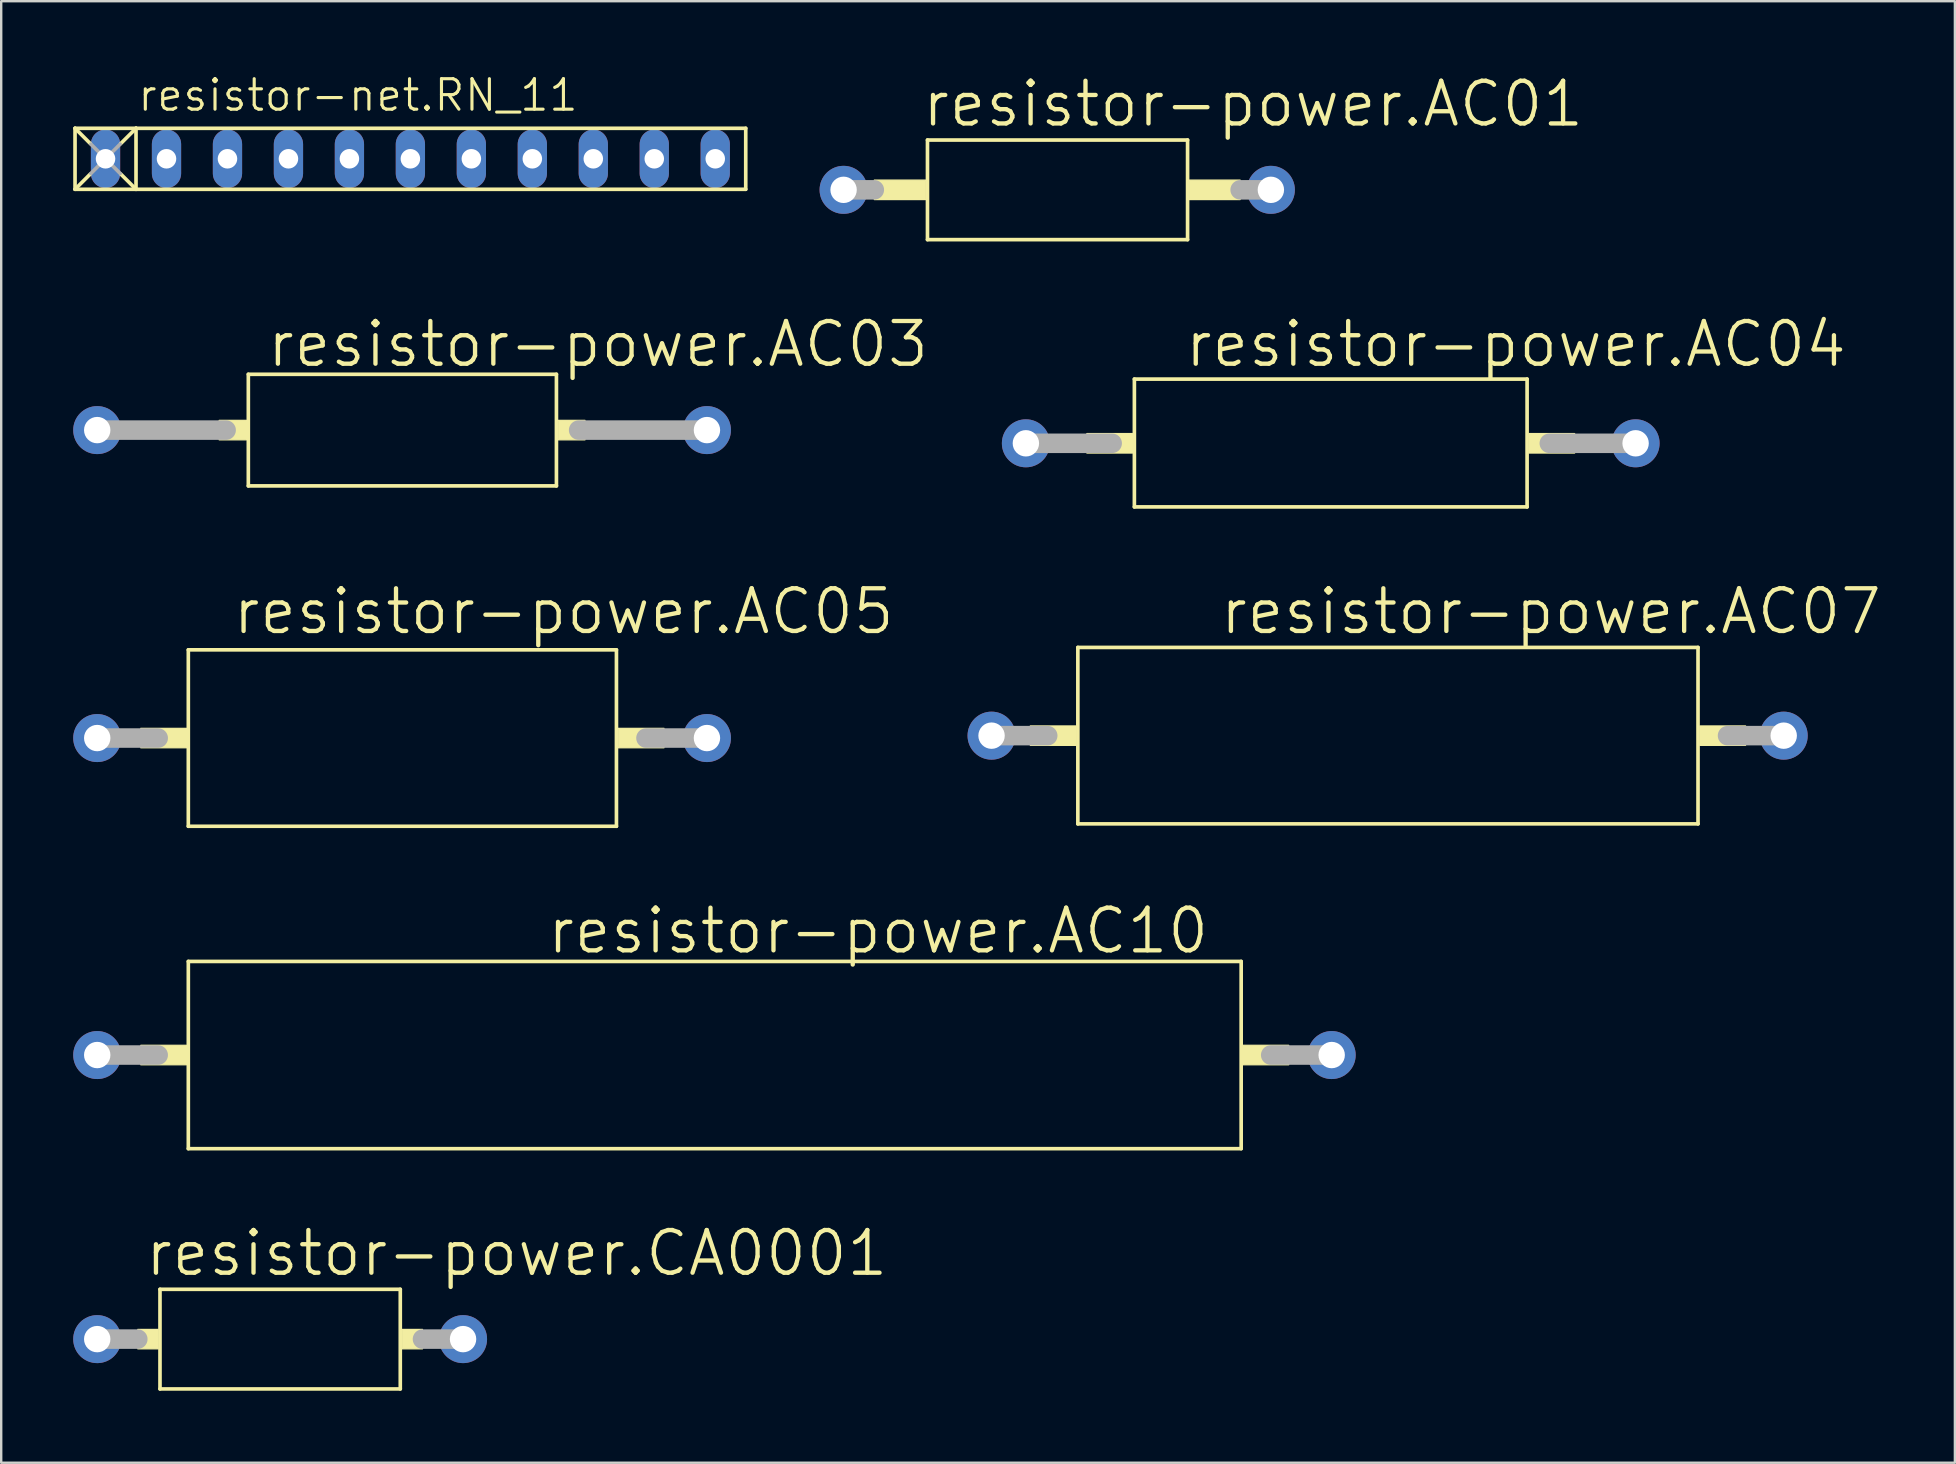
<source format=kicad_pcb>
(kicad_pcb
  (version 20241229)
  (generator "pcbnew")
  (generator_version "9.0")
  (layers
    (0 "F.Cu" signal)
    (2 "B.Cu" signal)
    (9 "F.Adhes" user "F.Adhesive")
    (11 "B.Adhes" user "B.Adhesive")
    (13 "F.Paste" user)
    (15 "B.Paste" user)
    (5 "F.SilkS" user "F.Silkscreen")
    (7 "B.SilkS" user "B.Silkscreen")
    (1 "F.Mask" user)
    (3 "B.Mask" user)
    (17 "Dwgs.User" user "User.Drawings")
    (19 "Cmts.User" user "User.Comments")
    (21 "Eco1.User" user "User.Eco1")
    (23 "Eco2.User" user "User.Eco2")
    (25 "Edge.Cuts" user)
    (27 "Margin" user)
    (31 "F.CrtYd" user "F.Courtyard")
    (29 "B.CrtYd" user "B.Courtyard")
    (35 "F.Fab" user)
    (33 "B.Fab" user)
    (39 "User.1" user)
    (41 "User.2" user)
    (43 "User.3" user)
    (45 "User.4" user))
  (footprint "resistor-power.AC01"
    (layer "F.Cu")
    (at 40.992 4.858)
    (property "Reference" "resistor-power.AC01" (at -5.715 -2.54 0) (layer "F.SilkS") (effects (font (size 1.778 1.778) (thickness 0.18)) (justify left bottom)))
    (attr through_hole)
    (fp_line (start -5.405 -2.075) (end -5.405 2.075) (stroke (width 0.152) (type default)) (layer "F.SilkS"))
    (fp_line (start -5.405 2.075) (end 5.43 2.075) (stroke (width 0.152) (type default)) (layer "F.SilkS"))
    (fp_line (start 5.43 -2.075) (end -5.405 -2.075) (stroke (width 0.152) (type default)) (layer "F.SilkS"))
    (fp_line (start 5.43 2.075) (end 5.43 -2.075) (stroke (width 0.152) (type default)) (layer "F.SilkS"))
    (fp_rect (start -7.62 0.406) (end -5.48 -0.406) (stroke (width 0.05) (type default)) (fill yes) (layer "F.SilkS"))
    (fp_rect (start 5.505 0.406) (end 7.62 -0.406) (stroke (width 0.05) (type default)) (fill yes) (layer "F.SilkS"))
    (fp_line (start -8.9 0) (end -7.62 0) (stroke (width 0.813) (type default)) (layer "F.Fab"))
    (fp_line (start 7.62 0) (end 8.9 0) (stroke (width 0.813) (type default)) (layer "F.Fab"))
    (pad "1" thru_hole circle (at -8.9 0) (size 2 2) (drill 1.1) (layers "*.Cu" "*.Mask"))
    (pad "2" thru_hole circle (at 8.9 0) (size 2 2) (drill 1.1) (layers "*.Cu" "*.Mask")))
  (footprint "resistor-power.AC03"
    (layer "F.Cu")
    (at 13.7 14.867)
    (property "Reference" "resistor-power.AC03" (at -5.715 -2.54 0) (layer "F.SilkS") (effects (font (size 1.778 1.778) (thickness 0.18)) (justify left bottom)))
    (attr through_hole)
    (fp_line (start -6.405 -2.325) (end -6.405 2.325) (stroke (width 0.152) (type default)) (layer "F.SilkS"))
    (fp_line (start -6.405 2.325) (end 6.43 2.325) (stroke (width 0.152) (type default)) (layer "F.SilkS"))
    (fp_line (start 6.43 -2.325) (end -6.405 -2.325) (stroke (width 0.152) (type default)) (layer "F.SilkS"))
    (fp_line (start 6.43 2.325) (end 6.43 -2.325) (stroke (width 0.152) (type default)) (layer "F.SilkS"))
    (fp_rect (start -7.62 0.406) (end -6.48 -0.406) (stroke (width 0.05) (type default)) (fill yes) (layer "F.SilkS"))
    (fp_rect (start 6.505 0.406) (end 7.62 -0.406) (stroke (width 0.05) (type default)) (fill yes) (layer "F.SilkS"))
    (fp_line (start -12.7 0) (end -7.33 0) (stroke (width 0.813) (type default)) (layer "F.Fab"))
    (fp_line (start 7.355 0) (end 12.7 0) (stroke (width 0.813) (type default)) (layer "F.Fab"))
    (pad "1" thru_hole circle (at -12.7 0) (size 2 2) (drill 1.1) (layers "*.Cu" "*.Mask"))
    (pad "2" thru_hole circle (at 12.7 0) (size 2 2) (drill 1.1) (layers "*.Cu" "*.Mask")))
  (footprint "resistor-power.CA0001"
    (layer "F.Cu")
    (at 8.62 52.735)
    (property "Reference" "resistor-power.CA0001" (at -5.715 -2.54 0) (layer "F.SilkS") (effects (font (size 1.778 1.778) (thickness 0.18)) (justify left bottom)))
    (attr through_hole)
    (fp_line (start -5.005 -2.075) (end -5.005 2.075) (stroke (width 0.152) (type default)) (layer "F.SilkS"))
    (fp_line (start -5.005 2.075) (end 5.005 2.075) (stroke (width 0.152) (type default)) (layer "F.SilkS"))
    (fp_line (start 5.005 -2.075) (end -5.005 -2.075) (stroke (width 0.152) (type default)) (layer "F.SilkS"))
    (fp_line (start 5.005 2.075) (end 5.005 -2.075) (stroke (width 0.152) (type default)) (layer "F.SilkS"))
    (fp_rect (start -5.93 0.406) (end -5.08 -0.406) (stroke (width 0.05) (type default)) (fill yes) (layer "F.SilkS"))
    (fp_rect (start 5.08 0.406) (end 5.93 -0.406) (stroke (width 0.05) (type default)) (fill yes) (layer "F.SilkS"))
    (fp_line (start -7.62 0) (end -5.93 0) (stroke (width 0.813) (type default)) (layer "F.Fab"))
    (fp_line (start 5.93 0) (end 7.62 0) (stroke (width 0.813) (type default)) (layer "F.Fab"))
    (pad "1" thru_hole circle (at -7.62 0) (size 2 2) (drill 1.1) (layers "*.Cu" "*.Mask"))
    (pad "2" thru_hole circle (at 7.62 0) (size 2 2) (drill 1.1) (layers "*.Cu" "*.Mask")))
  (footprint "resistor-power.AC04"
    (layer "F.Cu")
    (at 52.386 15.417)
    (property "Reference" "resistor-power.AC04" (at -6.165 -3.09 0) (layer "F.SilkS") (effects (font (size 1.778 1.778) (thickness 0.18)) (justify left bottom)))
    (attr through_hole)
    (fp_line (start -8.18 -2.675) (end -8.18 2.65) (stroke (width 0.152) (type default)) (layer "F.SilkS"))
    (fp_line (start -8.18 2.65) (end 8.18 2.65) (stroke (width 0.152) (type default)) (layer "F.SilkS"))
    (fp_line (start 8.18 -2.675) (end -8.18 -2.675) (stroke (width 0.152) (type default)) (layer "F.SilkS"))
    (fp_line (start 8.18 2.65) (end 8.18 -2.675) (stroke (width 0.152) (type default)) (layer "F.SilkS"))
    (fp_rect (start -10.16 0.406) (end -8.255 -0.406) (stroke (width 0.05) (type default)) (fill yes) (layer "F.SilkS"))
    (fp_rect (start 8.255 0.406) (end 10.16 -0.406) (stroke (width 0.05) (type default)) (fill yes) (layer "F.SilkS"))
    (fp_line (start -12.7 0) (end -9.105 0) (stroke (width 0.813) (type default)) (layer "F.Fab"))
    (fp_line (start 9.105 0) (end 12.7 0) (stroke (width 0.813) (type default)) (layer "F.Fab"))
    (pad "1" thru_hole circle (at -12.7 0) (size 2 2) (drill 1.1) (layers "*.Cu" "*.Mask"))
    (pad "2" thru_hole circle (at 12.7 0) (size 2 2) (drill 1.1) (layers "*.Cu" "*.Mask")))
  (footprint "resistor-power.AC10"
    (layer "F.Cu")
    (at 26.725 40.901)
    (property "Reference" "resistor-power.AC10" (at -7.07 -4.135 0) (layer "F.SilkS") (effects (font (size 1.778 1.778) (thickness 0.18)) (justify left bottom)))
    (attr through_hole)
    (fp_line (start -21.93 -3.9) (end -21.93 3.9) (stroke (width 0.152) (type default)) (layer "F.SilkS"))
    (fp_line (start -21.93 3.9) (end 21.93 3.9) (stroke (width 0.152) (type default)) (layer "F.SilkS"))
    (fp_line (start 21.93 -3.9) (end -21.93 -3.9) (stroke (width 0.152) (type default)) (layer "F.SilkS"))
    (fp_line (start 21.93 3.9) (end 21.93 -3.9) (stroke (width 0.152) (type default)) (layer "F.SilkS"))
    (fp_rect (start -23.91 0.406) (end -22.005 -0.406) (stroke (width 0.05) (type default)) (fill yes) (layer "F.SilkS"))
    (fp_rect (start 22.005 0.406) (end 23.91 -0.406) (stroke (width 0.05) (type default)) (fill yes) (layer "F.SilkS"))
    (fp_line (start -25.725 0) (end -23.185 0) (stroke (width 0.813) (type default)) (layer "F.Fab"))
    (fp_line (start 23.16 0) (end 25.7 0) (stroke (width 0.813) (type default)) (layer "F.Fab"))
    (pad "1" thru_hole circle (at -25.725 0) (size 2 2) (drill 1.1) (layers "*.Cu" "*.Mask"))
    (pad "2" thru_hole circle (at 25.7 0) (size 2 2) (drill 1.1) (layers "*.Cu" "*.Mask")))
  (footprint "resistor-net.RN_11"
    (layer "F.Cu")
    (at 14.046 3.565)
    (property "Reference" "resistor-net.RN_11" (at -11.43 -1.905 0) (layer "F.SilkS") (effects (font (size 1.27 1.27) (thickness 0.13)) (justify left bottom)))
    (attr through_hole)
    (fp_line (start -13.97 -1.27) (end -13.97 1.27) (stroke (width 0.152) (type default)) (layer "F.SilkS"))
    (fp_line (start -13.97 -1.27) (end -13.335 -0.635) (stroke (width 0.152) (type default)) (layer "F.SilkS"))
    (fp_line (start -13.97 1.27) (end -13.335 0.635) (stroke (width 0.152) (type default)) (layer "F.SilkS"))
    (fp_line (start -13.97 1.27) (end -11.43 1.27) (stroke (width 0.152) (type default)) (layer "F.SilkS"))
    (fp_line (start -11.43 -1.27) (end -13.97 -1.27) (stroke (width 0.152) (type default)) (layer "F.SilkS"))
    (fp_line (start -11.43 -1.27) (end -12.065 -0.635) (stroke (width 0.152) (type default)) (layer "F.SilkS"))
    (fp_line (start -11.43 -1.27) (end -11.43 1.27) (stroke (width 0.152) (type default)) (layer "F.SilkS"))
    (fp_line (start -11.43 1.27) (end -12.065 0.635) (stroke (width 0.152) (type default)) (layer "F.SilkS"))
    (fp_line (start -11.43 1.27) (end 13.97 1.27) (stroke (width 0.152) (type default)) (layer "F.SilkS"))
    (fp_line (start 13.97 -1.27) (end -11.43 -1.27) (stroke (width 0.152) (type default)) (layer "F.SilkS"))
    (fp_line (start 13.97 1.27) (end 13.97 -1.27) (stroke (width 0.152) (type default)) (layer "F.SilkS"))
    (fp_line (start -13.31 -0.61) (end -12.09 0.61) (stroke (width 0.152) (type default)) (layer "F.Fab"))
    (fp_line (start -13.31 0.61) (end -12.09 -0.61) (stroke (width 0.152) (type default)) (layer "F.Fab"))
    (pad "1" thru_hole oval (at -12.7 0 90) (size 2.438 1.219) (drill 0.813) (layers "*.Cu" "*.Mask"))
    (pad "2" thru_hole oval (at -10.16 0 90) (size 2.438 1.219) (drill 0.813) (layers "*.Cu" "*.Mask"))
    (pad "3" thru_hole oval (at -7.62 0 90) (size 2.438 1.219) (drill 0.813) (layers "*.Cu" "*.Mask"))
    (pad "4" thru_hole oval (at -5.08 0 90) (size 2.438 1.219) (drill 0.813) (layers "*.Cu" "*.Mask"))
    (pad "5" thru_hole oval (at -2.54 0 90) (size 2.438 1.219) (drill 0.813) (layers "*.Cu" "*.Mask"))
    (pad "6" thru_hole oval (at 0 0 90) (size 2.438 1.219) (drill 0.813) (layers "*.Cu" "*.Mask"))
    (pad "7" thru_hole oval (at 2.54 0 90) (size 2.438 1.219) (drill 0.813) (layers "*.Cu" "*.Mask"))
    (pad "8" thru_hole oval (at 5.08 0 90) (size 2.438 1.219) (drill 0.813) (layers "*.Cu" "*.Mask"))
    (pad "9" thru_hole oval (at 7.62 0 90) (size 2.438 1.219) (drill 0.813) (layers "*.Cu" "*.Mask"))
    (pad "10" thru_hole oval (at 10.16 0 90) (size 2.438 1.219) (drill 0.813) (layers "*.Cu" "*.Mask"))
    (pad "11" thru_hole oval (at 12.7 0 90) (size 2.438 1.219) (drill 0.813) (layers "*.Cu" "*.Mask")))
  (footprint "resistor-power.AC07"
    (layer "F.Cu")
    (at 54.756 27.596)
    (property "Reference" "resistor-power.AC07" (at -7.07 -4.135 0) (layer "F.SilkS") (effects (font (size 1.778 1.778) (thickness 0.18)) (justify left bottom)))
    (attr through_hole)
    (fp_line (start -12.905 -3.675) (end -12.905 3.675) (stroke (width 0.152) (type default)) (layer "F.SilkS"))
    (fp_line (start -12.905 3.675) (end 12.93 3.675) (stroke (width 0.152) (type default)) (layer "F.SilkS"))
    (fp_line (start 12.93 -3.675) (end -12.905 -3.675) (stroke (width 0.152) (type default)) (layer "F.SilkS"))
    (fp_line (start 12.93 3.675) (end 12.93 -3.675) (stroke (width 0.152) (type default)) (layer "F.SilkS"))
    (fp_rect (start -14.885 0.406) (end -12.98 -0.406) (stroke (width 0.05) (type default)) (fill yes) (layer "F.SilkS"))
    (fp_rect (start 13.005 0.406) (end 14.91 -0.406) (stroke (width 0.05) (type default)) (fill yes) (layer "F.SilkS"))
    (fp_line (start -16.5 0) (end -14.16 0) (stroke (width 0.813) (type default)) (layer "F.Fab"))
    (fp_line (start 14.16 0) (end 16.5 0) (stroke (width 0.813) (type default)) (layer "F.Fab"))
    (pad "1" thru_hole circle (at -16.5 0) (size 2 2) (drill 1.1) (layers "*.Cu" "*.Mask"))
    (pad "2" thru_hole circle (at 16.5 0) (size 2 2) (drill 1.1) (layers "*.Cu" "*.Mask")))
  (footprint "resistor-power.AC05"
    (layer "F.Cu")
    (at 13.7 27.696)
    (property "Reference" "resistor-power.AC05" (at -7.145 -4.235 0) (layer "F.SilkS") (effects (font (size 1.778 1.778) (thickness 0.18)) (justify left bottom)))
    (attr through_hole)
    (fp_line (start -8.905 -3.675) (end -8.905 3.675) (stroke (width 0.152) (type default)) (layer "F.SilkS"))
    (fp_line (start -8.905 3.675) (end 8.93 3.675) (stroke (width 0.152) (type default)) (layer "F.SilkS"))
    (fp_line (start 8.93 -3.675) (end -8.905 -3.675) (stroke (width 0.152) (type default)) (layer "F.SilkS"))
    (fp_line (start 8.93 3.675) (end 8.93 -3.675) (stroke (width 0.152) (type default)) (layer "F.SilkS"))
    (fp_rect (start -10.885 0.406) (end -8.98 -0.406) (stroke (width 0.05) (type default)) (fill yes) (layer "F.SilkS"))
    (fp_rect (start 9.005 0.406) (end 10.91 -0.406) (stroke (width 0.05) (type default)) (fill yes) (layer "F.SilkS"))
    (fp_line (start -12.7 0) (end -10.16 0) (stroke (width 0.813) (type default)) (layer "F.Fab"))
    (fp_line (start 10.16 0) (end 12.7 0) (stroke (width 0.813) (type default)) (layer "F.Fab"))
    (pad "1" thru_hole circle (at -12.7 0) (size 2 2) (drill 1.1) (layers "*.Cu" "*.Mask"))
    (pad "2" thru_hole circle (at 12.7 0) (size 2 2) (drill 1.1) (layers "*.Cu" "*.Mask")))
  (gr_rect
    (start -3 -3)
    (end 78.387 57.886)
    (stroke (width 0.1) (type default))
    (fill no)
    (layer "Edge.Cuts")))
</source>
